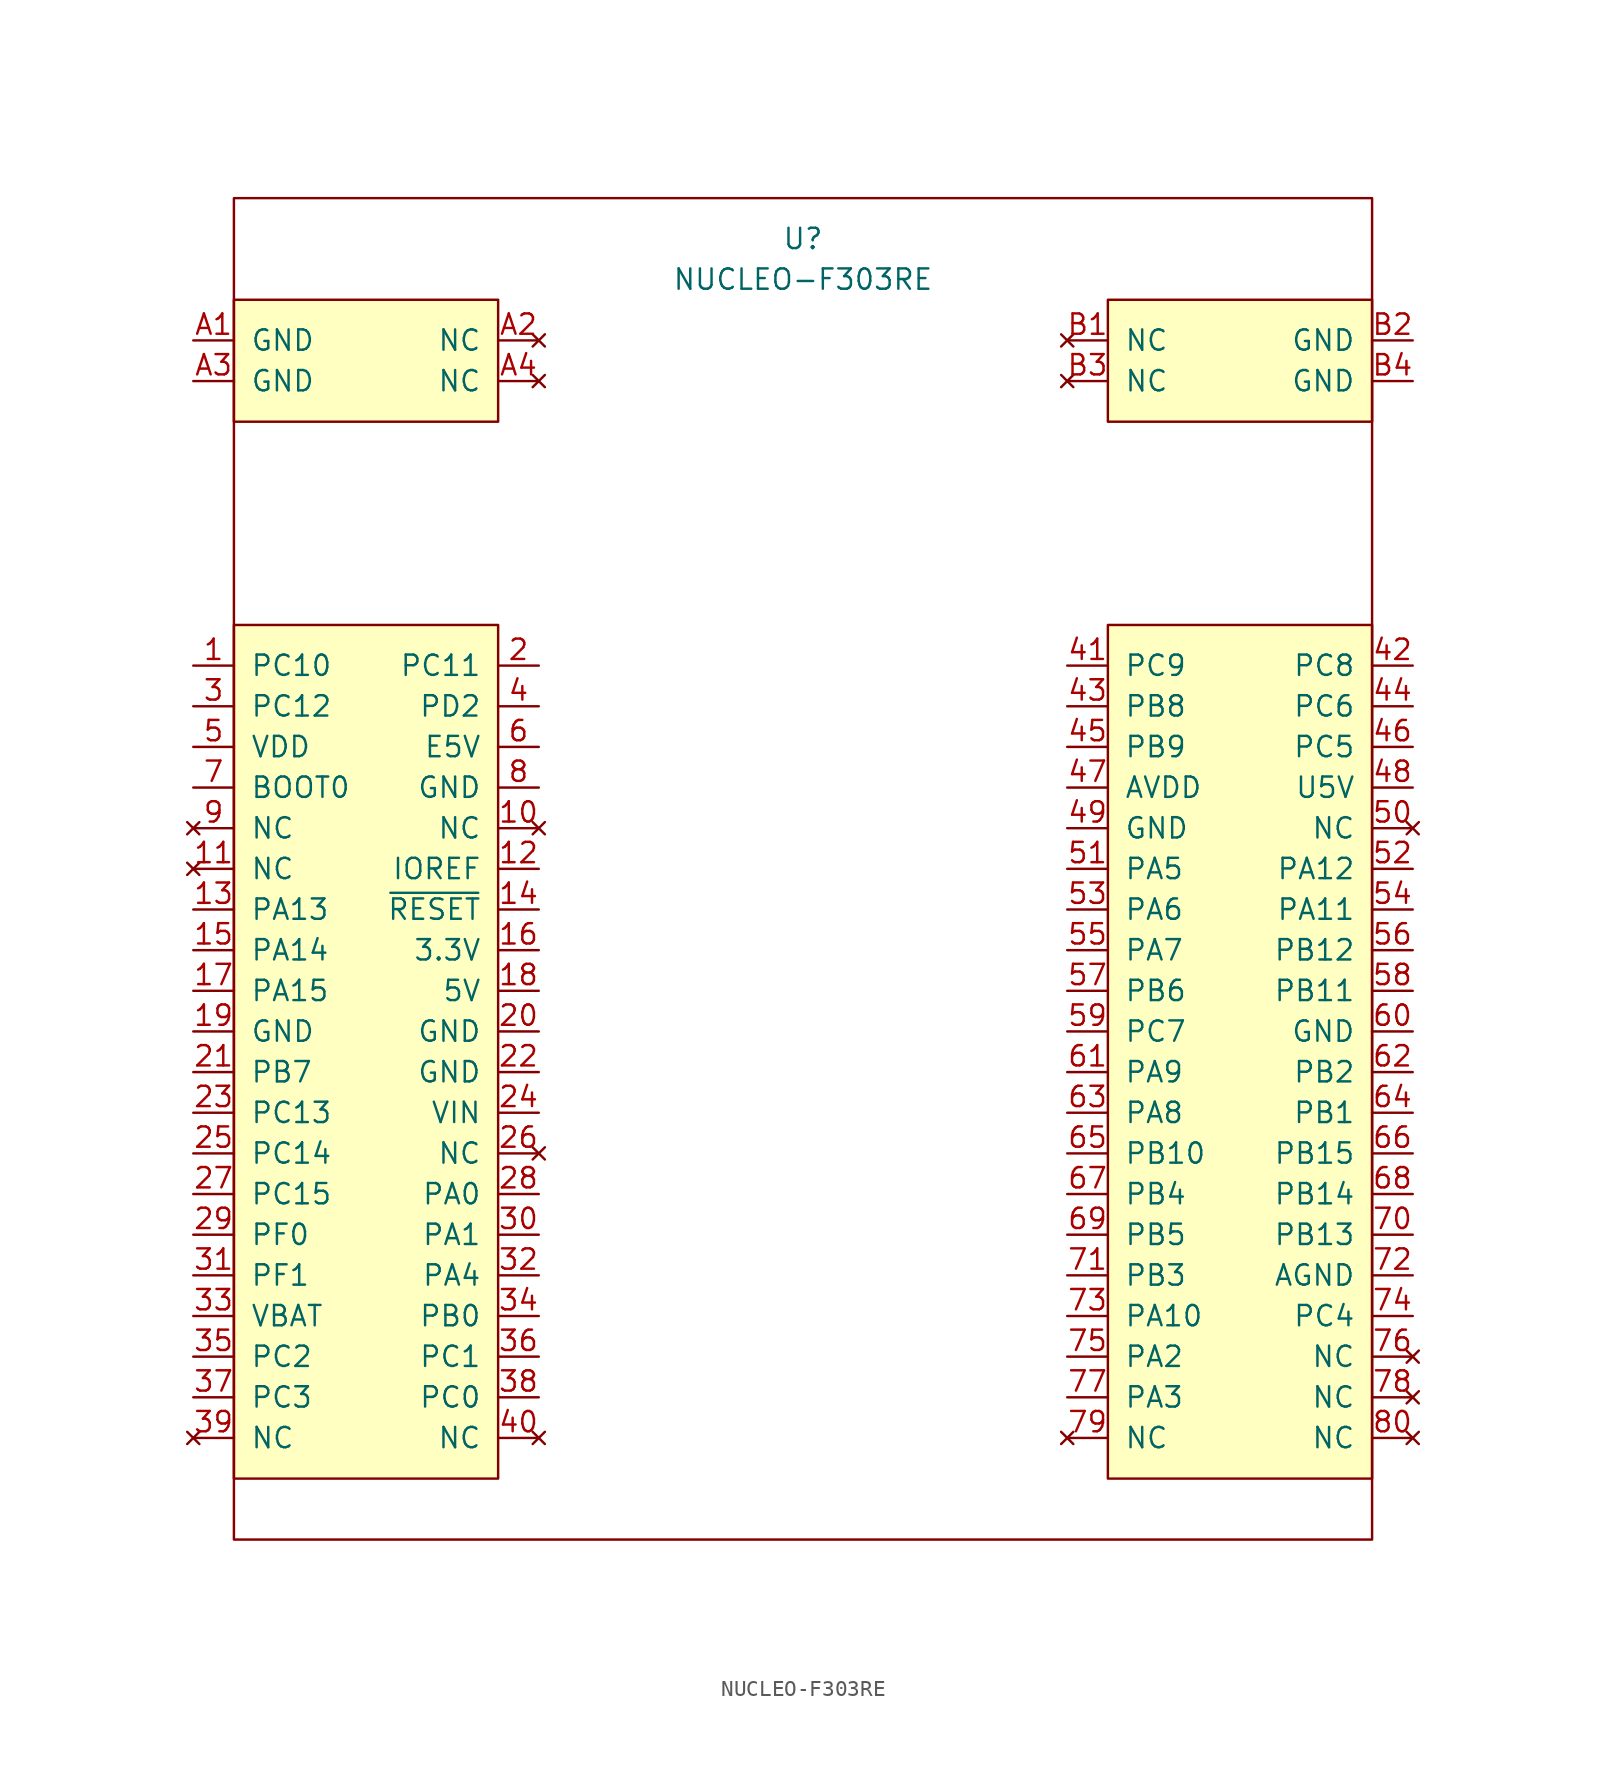
<source format=kicad_sym>
(kicad_symbol_lib
  (version 20220914)
  (generator kicad_symbol_editor)
  (symbol "NUCLEO-F303RE"
    (pin_names
      (offset 1.016))
    (property "Reference" "U"
      (at 0 50.8 0)
      (effects (font (size 1.27 1.27))))
    (property "Value" "NUCLEO-F303RE"
      (at 0 48.26 0)
      (effects (font (size 1.27 1.27))))
    (symbol "NUCLEO-F303RE_0_1"
      (rectangle (start -35.56 26.67) (end -19.05 -26.67) (stroke (width 0) (type default)) (fill (type background)))
      (rectangle (start -35.56 46.99) (end -19.05 39.37) (stroke (width 0) (type default)) (fill (type background)))
      (rectangle (start -35.56 53.34) (end 35.56 -30.48) (stroke (width 0) (type default)) (fill (type none)))
      (rectangle (start 19.05 26.67) (end 35.56 -26.67) (stroke (width 0) (type default)) (fill (type background)))
      (rectangle (start 35.56 46.99) (end 19.05 39.37) (stroke (width 0) (type default)) (fill (type background))))
    (symbol "NUCLEO-F303RE_1_1"
      (pin bidirectional line (at -38.1 24.13 0) (length 2.54) (name "PC10" (effects (font (size 1.27 1.27)))) (number "1" (effects (font (size 1.27 1.27)))))
      (pin no_connect line (at -16.51 13.97 180) (length 2.54) (name "NC" (effects (font (size 1.27 1.27)))) (number "10" (effects (font (size 1.27 1.27)))))
      (pin no_connect line (at -38.1 11.43 0) (length 2.54) (name "NC" (effects (font (size 1.27 1.27)))) (number "11" (effects (font (size 1.27 1.27)))))
      (pin power_in line (at -16.51 11.43 180) (length 2.54) (name "IOREF" (effects (font (size 1.27 1.27)))) (number "12" (effects (font (size 1.27 1.27)))))
      (pin bidirectional line (at -38.1 8.89 0) (length 2.54) (name "PA13" (effects (font (size 1.27 1.27)))) (number "13" (effects (font (size 1.27 1.27)))))
      (pin input line (at -16.51 8.89 180) (length 2.54) (name "~{RESET}" (effects (font (size 1.27 1.27)))) (number "14" (effects (font (size 1.27 1.27)))))
      (pin bidirectional line (at -38.1 6.35 0) (length 2.54) (name "PA14" (effects (font (size 1.27 1.27)))) (number "15" (effects (font (size 1.27 1.27)))))
      (pin power_out line (at -16.51 6.35 180) (length 2.54) (name "3.3V" (effects (font (size 1.27 1.27)))) (number "16" (effects (font (size 1.27 1.27)))))
      (pin bidirectional line (at -38.1 3.81 0) (length 2.54) (name "PA15" (effects (font (size 1.27 1.27)))) (number "17" (effects (font (size 1.27 1.27)))))
      (pin power_out line (at -16.51 3.81 180) (length 2.54) (name "5V" (effects (font (size 1.27 1.27)))) (number "18" (effects (font (size 1.27 1.27)))))
      (pin passive line (at -38.1 1.27 0) (length 2.54) (name "GND" (effects (font (size 1.27 1.27)))) (number "19" (effects (font (size 1.27 1.27)))))
      (pin bidirectional line (at -16.51 24.13 180) (length 2.54) (name "PC11" (effects (font (size 1.27 1.27)))) (number "2" (effects (font (size 1.27 1.27)))))
      (pin passive line (at -16.51 1.27 180) (length 2.54) (name "GND" (effects (font (size 1.27 1.27)))) (number "20" (effects (font (size 1.27 1.27)))))
      (pin bidirectional line (at -38.1 -1.27 0) (length 2.54) (name "PB7" (effects (font (size 1.27 1.27)))) (number "21" (effects (font (size 1.27 1.27)))))
      (pin passive line (at -16.51 -1.27 180) (length 2.54) (name "GND" (effects (font (size 1.27 1.27)))) (number "22" (effects (font (size 1.27 1.27)))))
      (pin bidirectional line (at -38.1 -3.81 0) (length 2.54) (name "PC13" (effects (font (size 1.27 1.27)))) (number "23" (effects (font (size 1.27 1.27)))))
      (pin power_in line (at -16.51 -3.81 180) (length 2.54) (name "VIN" (effects (font (size 1.27 1.27)))) (number "24" (effects (font (size 1.27 1.27)))))
      (pin bidirectional line (at -38.1 -6.35 0) (length 2.54) (name "PC14" (effects (font (size 1.27 1.27)))) (number "25" (effects (font (size 1.27 1.27)))))
      (pin no_connect line (at -16.51 -6.35 180) (length 2.54) (name "NC" (effects (font (size 1.27 1.27)))) (number "26" (effects (font (size 1.27 1.27)))))
      (pin bidirectional line (at -38.1 -8.89 0) (length 2.54) (name "PC15" (effects (font (size 1.27 1.27)))) (number "27" (effects (font (size 1.27 1.27)))))
      (pin bidirectional line (at -16.51 -8.89 180) (length 2.54) (name "PA0" (effects (font (size 1.27 1.27)))) (number "28" (effects (font (size 1.27 1.27)))))
      (pin bidirectional line (at -38.1 -11.43 0) (length 2.54) (name "PF0" (effects (font (size 1.27 1.27)))) (number "29" (effects (font (size 1.27 1.27)))))
      (pin bidirectional line (at -38.1 21.59 0) (length 2.54) (name "PC12" (effects (font (size 1.27 1.27)))) (number "3" (effects (font (size 1.27 1.27)))))
      (pin bidirectional line (at -16.51 -11.43 180) (length 2.54) (name "PA1" (effects (font (size 1.27 1.27)))) (number "30" (effects (font (size 1.27 1.27)))))
      (pin bidirectional line (at -38.1 -13.97 0) (length 2.54) (name "PF1" (effects (font (size 1.27 1.27)))) (number "31" (effects (font (size 1.27 1.27)))))
      (pin bidirectional line (at -16.51 -13.97 180) (length 2.54) (name "PA4" (effects (font (size 1.27 1.27)))) (number "32" (effects (font (size 1.27 1.27)))))
      (pin power_in line (at -38.1 -16.51 0) (length 2.54) (name "VBAT" (effects (font (size 1.27 1.27)))) (number "33" (effects (font (size 1.27 1.27)))))
      (pin bidirectional line (at -16.51 -16.51 180) (length 2.54) (name "PB0" (effects (font (size 1.27 1.27)))) (number "34" (effects (font (size 1.27 1.27)))))
      (pin bidirectional line (at -38.1 -19.05 0) (length 2.54) (name "PC2" (effects (font (size 1.27 1.27)))) (number "35" (effects (font (size 1.27 1.27)))))
      (pin bidirectional line (at -16.51 -19.05 180) (length 2.54) (name "PC1" (effects (font (size 1.27 1.27)))) (number "36" (effects (font (size 1.27 1.27)))))
      (pin bidirectional line (at -38.1 -21.59 0) (length 2.54) (name "PC3" (effects (font (size 1.27 1.27)))) (number "37" (effects (font (size 1.27 1.27)))))
      (pin bidirectional line (at -16.51 -21.59 180) (length 2.54) (name "PC0" (effects (font (size 1.27 1.27)))) (number "38" (effects (font (size 1.27 1.27)))))
      (pin no_connect line (at -38.1 -24.13 0) (length 2.54) (name "NC" (effects (font (size 1.27 1.27)))) (number "39" (effects (font (size 1.27 1.27)))))
      (pin bidirectional line (at -16.51 21.59 180) (length 2.54) (name "PD2" (effects (font (size 1.27 1.27)))) (number "4" (effects (font (size 1.27 1.27)))))
      (pin no_connect line (at -16.51 -24.13 180) (length 2.54) (name "NC" (effects (font (size 1.27 1.27)))) (number "40" (effects (font (size 1.27 1.27)))))
      (pin bidirectional line (at 16.51 24.13 0) (length 2.54) (name "PC9" (effects (font (size 1.27 1.27)))) (number "41" (effects (font (size 1.27 1.27)))))
      (pin bidirectional line (at 38.1 24.13 180) (length 2.54) (name "PC8" (effects (font (size 1.27 1.27)))) (number "42" (effects (font (size 1.27 1.27)))))
      (pin bidirectional line (at 16.51 21.59 0) (length 2.54) (name "PB8" (effects (font (size 1.27 1.27)))) (number "43" (effects (font (size 1.27 1.27)))))
      (pin bidirectional line (at 38.1 21.59 180) (length 2.54) (name "PC6" (effects (font (size 1.27 1.27)))) (number "44" (effects (font (size 1.27 1.27)))))
      (pin bidirectional line (at 16.51 19.05 0) (length 2.54) (name "PB9" (effects (font (size 1.27 1.27)))) (number "45" (effects (font (size 1.27 1.27)))))
      (pin power_in line (at 38.1 19.05 180) (length 2.54) (name "PC5" (effects (font (size 1.27 1.27)))) (number "46" (effects (font (size 1.27 1.27)))))
      (pin power_in line (at 16.51 16.51 0) (length 2.54) (name "AVDD" (effects (font (size 1.27 1.27)))) (number "47" (effects (font (size 1.27 1.27)))))
      (pin power_in line (at 38.1 16.51 180) (length 2.54) (name "U5V" (effects (font (size 1.27 1.27)))) (number "48" (effects (font (size 1.27 1.27)))))
      (pin passive line (at 16.51 13.97 0) (length 2.54) (name "GND" (effects (font (size 1.27 1.27)))) (number "49" (effects (font (size 1.27 1.27)))))
      (pin power_in line (at -38.1 19.05 0) (length 2.54) (name "VDD" (effects (font (size 1.27 1.27)))) (number "5" (effects (font (size 1.27 1.27)))))
      (pin no_connect line (at 38.1 13.97 180) (length 2.54) (name "NC" (effects (font (size 1.27 1.27)))) (number "50" (effects (font (size 1.27 1.27)))))
      (pin bidirectional line (at 16.51 11.43 0) (length 2.54) (name "PA5" (effects (font (size 1.27 1.27)))) (number "51" (effects (font (size 1.27 1.27)))))
      (pin bidirectional line (at 38.1 11.43 180) (length 2.54) (name "PA12" (effects (font (size 1.27 1.27)))) (number "52" (effects (font (size 1.27 1.27)))))
      (pin bidirectional line (at 16.51 8.89 0) (length 2.54) (name "PA6" (effects (font (size 1.27 1.27)))) (number "53" (effects (font (size 1.27 1.27)))))
      (pin bidirectional line (at 38.1 8.89 180) (length 2.54) (name "PA11" (effects (font (size 1.27 1.27)))) (number "54" (effects (font (size 1.27 1.27)))))
      (pin bidirectional line (at 16.51 6.35 0) (length 2.54) (name "PA7" (effects (font (size 1.27 1.27)))) (number "55" (effects (font (size 1.27 1.27)))))
      (pin bidirectional line (at 38.1 6.35 180) (length 2.54) (name "PB12" (effects (font (size 1.27 1.27)))) (number "56" (effects (font (size 1.27 1.27)))))
      (pin bidirectional line (at 16.51 3.81 0) (length 2.54) (name "PB6" (effects (font (size 1.27 1.27)))) (number "57" (effects (font (size 1.27 1.27)))))
      (pin bidirectional line (at 38.1 3.81 180) (length 2.54) (name "PB11" (effects (font (size 1.27 1.27)))) (number "58" (effects (font (size 1.27 1.27)))))
      (pin bidirectional line (at 16.51 1.27 0) (length 2.54) (name "PC7" (effects (font (size 1.27 1.27)))) (number "59" (effects (font (size 1.27 1.27)))))
      (pin power_in line (at -16.51 19.05 180) (length 2.54) (name "E5V" (effects (font (size 1.27 1.27)))) (number "6" (effects (font (size 1.27 1.27)))))
      (pin passive line (at 38.1 1.27 180) (length 2.54) (name "GND" (effects (font (size 1.27 1.27)))) (number "60" (effects (font (size 1.27 1.27)))))
      (pin bidirectional line (at 16.51 -1.27 0) (length 2.54) (name "PA9" (effects (font (size 1.27 1.27)))) (number "61" (effects (font (size 1.27 1.27)))))
      (pin bidirectional line (at 38.1 -1.27 180) (length 2.54) (name "PB2" (effects (font (size 1.27 1.27)))) (number "62" (effects (font (size 1.27 1.27)))))
      (pin bidirectional line (at 16.51 -3.81 0) (length 2.54) (name "PA8" (effects (font (size 1.27 1.27)))) (number "63" (effects (font (size 1.27 1.27)))))
      (pin bidirectional line (at 38.1 -3.81 180) (length 2.54) (name "PB1" (effects (font (size 1.27 1.27)))) (number "64" (effects (font (size 1.27 1.27)))))
      (pin bidirectional line (at 16.51 -6.35 0) (length 2.54) (name "PB10" (effects (font (size 1.27 1.27)))) (number "65" (effects (font (size 1.27 1.27)))))
      (pin bidirectional line (at 38.1 -6.35 180) (length 2.54) (name "PB15" (effects (font (size 1.27 1.27)))) (number "66" (effects (font (size 1.27 1.27)))))
      (pin bidirectional line (at 16.51 -8.89 0) (length 2.54) (name "PB4" (effects (font (size 1.27 1.27)))) (number "67" (effects (font (size 1.27 1.27)))))
      (pin bidirectional line (at 38.1 -8.89 180) (length 2.54) (name "PB14" (effects (font (size 1.27 1.27)))) (number "68" (effects (font (size 1.27 1.27)))))
      (pin bidirectional line (at 16.51 -11.43 0) (length 2.54) (name "PB5" (effects (font (size 1.27 1.27)))) (number "69" (effects (font (size 1.27 1.27)))))
      (pin input line (at -38.1 16.51 0) (length 2.54) (name "BOOT0" (effects (font (size 1.27 1.27)))) (number "7" (effects (font (size 1.27 1.27)))))
      (pin bidirectional line (at 38.1 -11.43 180) (length 2.54) (name "PB13" (effects (font (size 1.27 1.27)))) (number "70" (effects (font (size 1.27 1.27)))))
      (pin bidirectional line (at 16.51 -13.97 0) (length 2.54) (name "PB3" (effects (font (size 1.27 1.27)))) (number "71" (effects (font (size 1.27 1.27)))))
      (pin passive line (at 38.1 -13.97 180) (length 2.54) (name "AGND" (effects (font (size 1.27 1.27)))) (number "72" (effects (font (size 1.27 1.27)))))
      (pin bidirectional line (at 16.51 -16.51 0) (length 2.54) (name "PA10" (effects (font (size 1.27 1.27)))) (number "73" (effects (font (size 1.27 1.27)))))
      (pin bidirectional line (at 38.1 -16.51 180) (length 2.54) (name "PC4" (effects (font (size 1.27 1.27)))) (number "74" (effects (font (size 1.27 1.27)))))
      (pin bidirectional line (at 16.51 -19.05 0) (length 2.54) (name "PA2" (effects (font (size 1.27 1.27)))) (number "75" (effects (font (size 1.27 1.27)))))
      (pin no_connect line (at 38.1 -19.05 180) (length 2.54) (name "NC" (effects (font (size 1.27 1.27)))) (number "76" (effects (font (size 1.27 1.27)))))
      (pin bidirectional line (at 16.51 -21.59 0) (length 2.54) (name "PA3" (effects (font (size 1.27 1.27)))) (number "77" (effects (font (size 1.27 1.27)))))
      (pin no_connect line (at 38.1 -21.59 180) (length 2.54) (name "NC" (effects (font (size 1.27 1.27)))) (number "78" (effects (font (size 1.27 1.27)))))
      (pin no_connect line (at 16.51 -24.13 0) (length 2.54) (name "NC" (effects (font (size 1.27 1.27)))) (number "79" (effects (font (size 1.27 1.27)))))
      (pin passive line (at -16.51 16.51 180) (length 2.54) (name "GND" (effects (font (size 1.27 1.27)))) (number "8" (effects (font (size 1.27 1.27)))))
      (pin no_connect line (at 38.1 -24.13 180) (length 2.54) (name "NC" (effects (font (size 1.27 1.27)))) (number "80" (effects (font (size 1.27 1.27)))))
      (pin no_connect line (at -38.1 13.97 0) (length 2.54) (name "NC" (effects (font (size 1.27 1.27)))) (number "9" (effects (font (size 1.27 1.27)))))
      (pin passive line (at -38.1 44.45 0) (length 2.54) (name "GND" (effects (font (size 1.27 1.27)))) (number "A1" (effects (font (size 1.27 1.27)))))
      (pin no_connect line (at -16.51 44.45 180) (length 2.54) (name "NC" (effects (font (size 1.27 1.27)))) (number "A2" (effects (font (size 1.27 1.27)))))
      (pin passive line (at -38.1 41.91 0) (length 2.54) (name "GND" (effects (font (size 1.27 1.27)))) (number "A3" (effects (font (size 1.27 1.27)))))
      (pin no_connect line (at -16.51 41.91 180) (length 2.54) (name "NC" (effects (font (size 1.27 1.27)))) (number "A4" (effects (font (size 1.27 1.27)))))
      (pin no_connect line (at 16.51 44.45 0) (length 2.54) (name "NC" (effects (font (size 1.27 1.27)))) (number "B1" (effects (font (size 1.27 1.27)))))
      (pin passive line (at 38.1 44.45 180) (length 2.54) (name "GND" (effects (font (size 1.27 1.27)))) (number "B2" (effects (font (size 1.27 1.27)))))
      (pin no_connect line (at 16.51 41.91 0) (length 2.54) (name "NC" (effects (font (size 1.27 1.27)))) (number "B3" (effects (font (size 1.27 1.27)))))
      (pin passive line (at 38.1 41.91 180) (length 2.54) (name "GND" (effects (font (size 1.27 1.27)))) (number "B4" (effects (font (size 1.27 1.27))))))))
</source>
